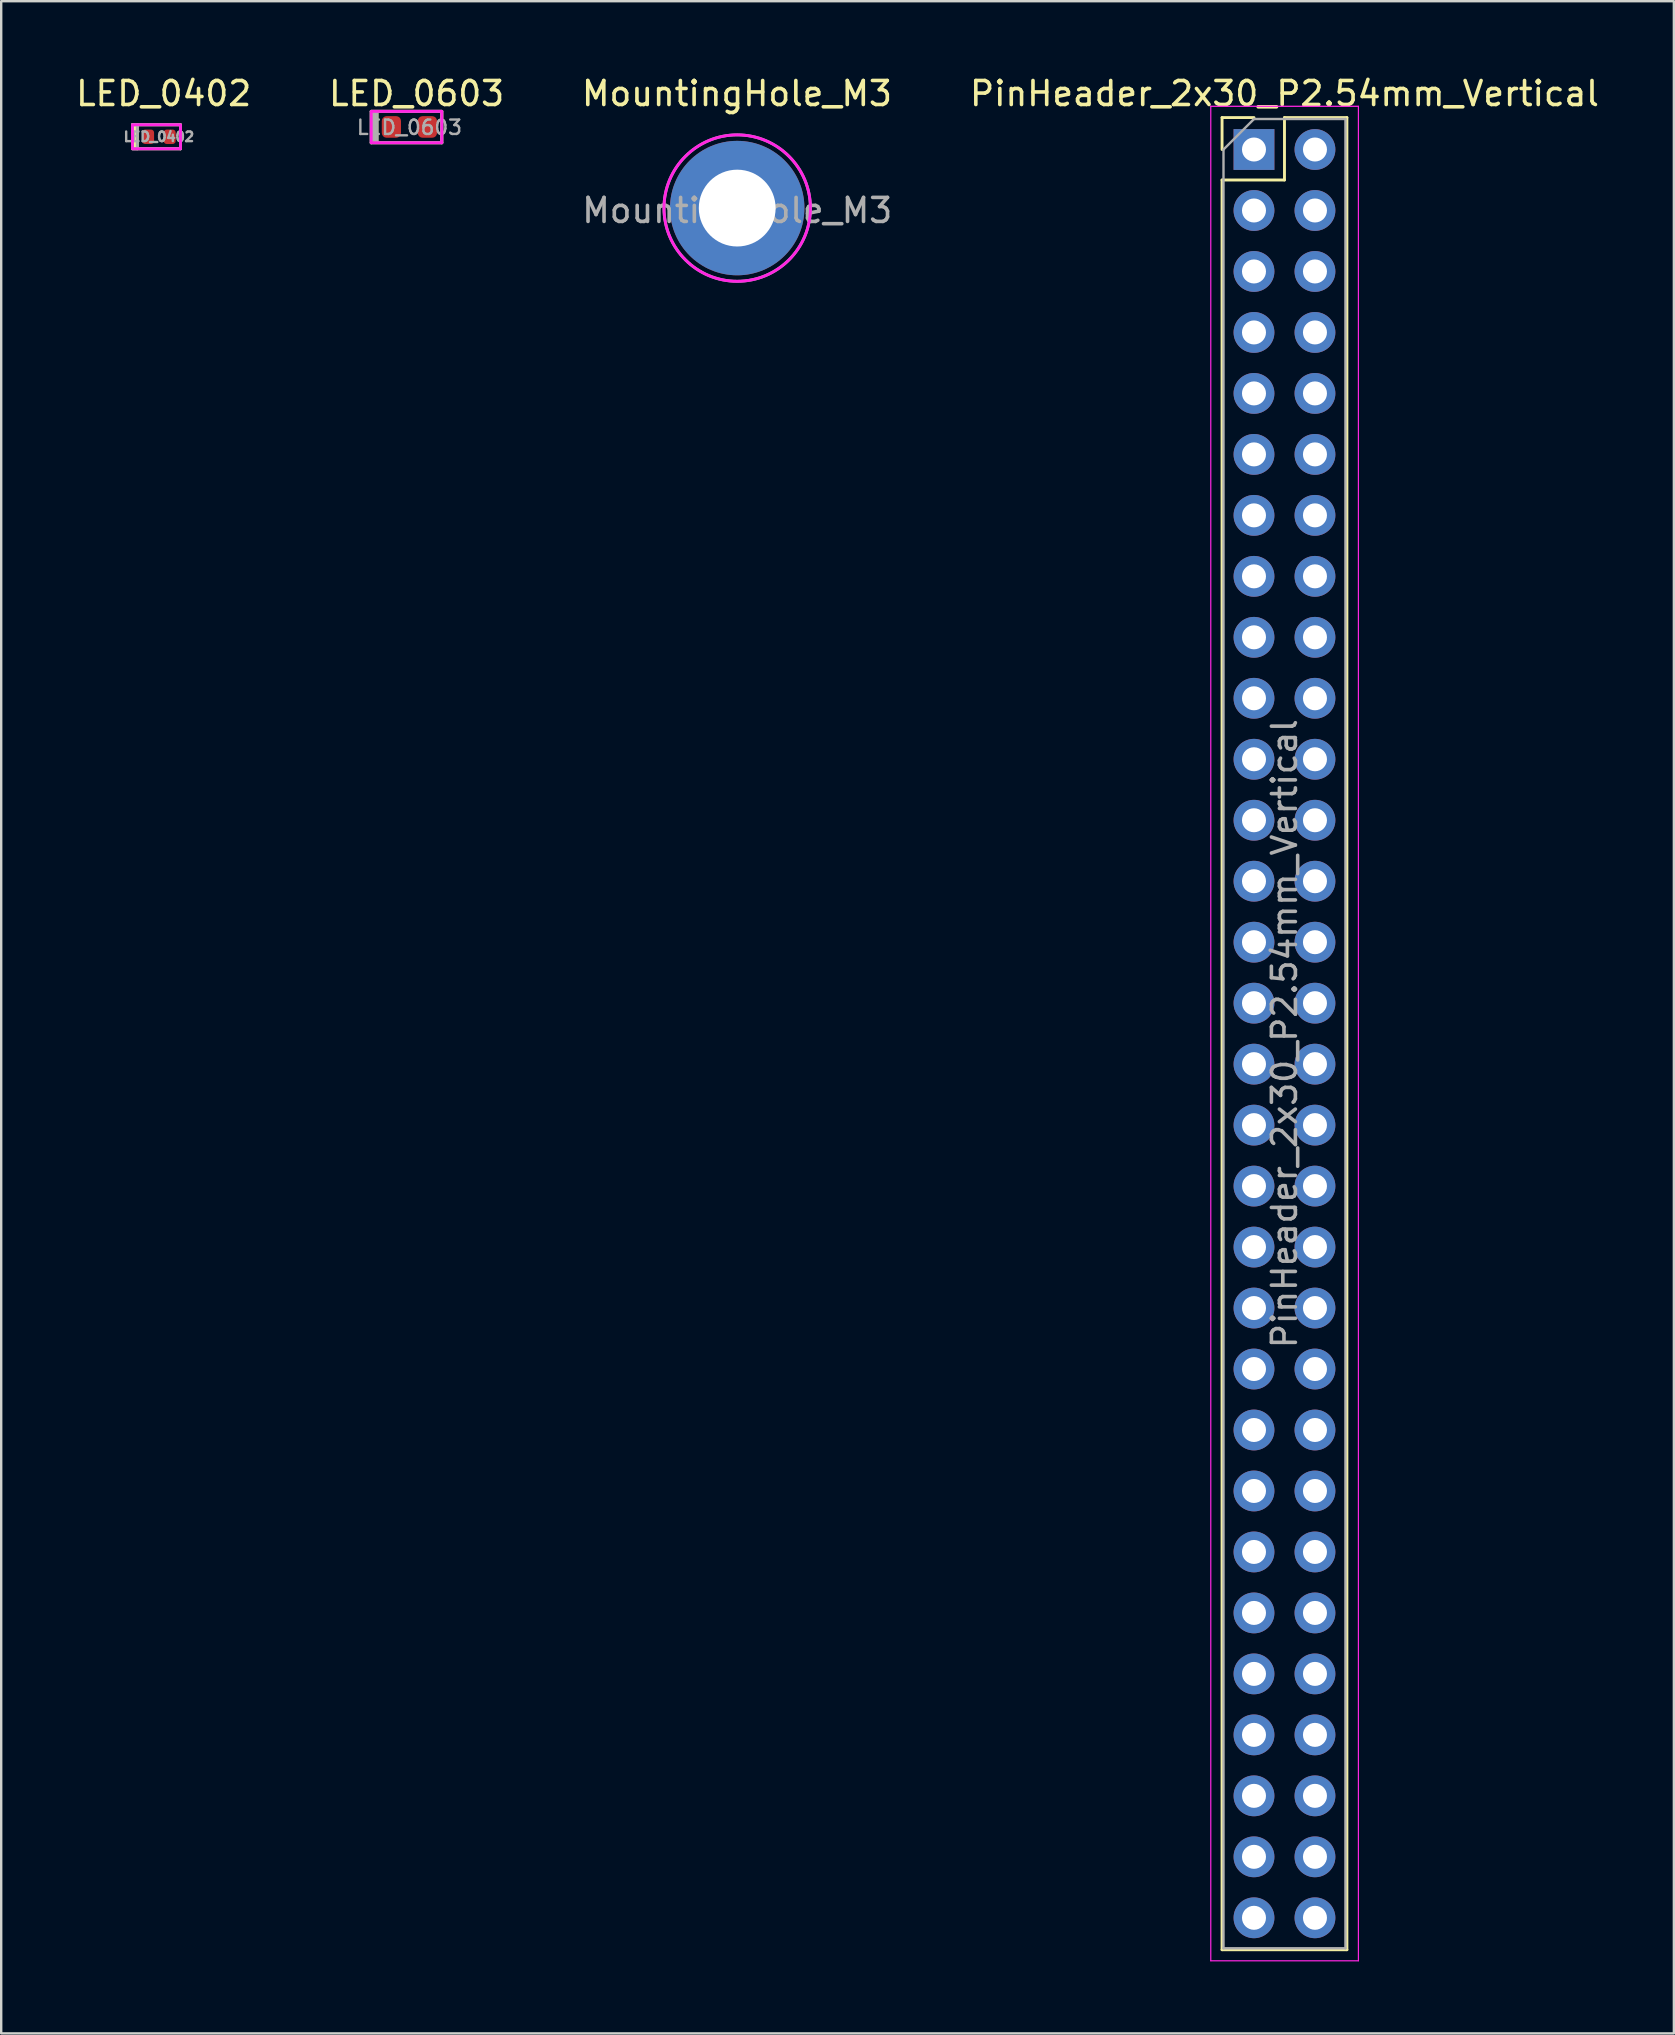
<source format=kicad_pcb>
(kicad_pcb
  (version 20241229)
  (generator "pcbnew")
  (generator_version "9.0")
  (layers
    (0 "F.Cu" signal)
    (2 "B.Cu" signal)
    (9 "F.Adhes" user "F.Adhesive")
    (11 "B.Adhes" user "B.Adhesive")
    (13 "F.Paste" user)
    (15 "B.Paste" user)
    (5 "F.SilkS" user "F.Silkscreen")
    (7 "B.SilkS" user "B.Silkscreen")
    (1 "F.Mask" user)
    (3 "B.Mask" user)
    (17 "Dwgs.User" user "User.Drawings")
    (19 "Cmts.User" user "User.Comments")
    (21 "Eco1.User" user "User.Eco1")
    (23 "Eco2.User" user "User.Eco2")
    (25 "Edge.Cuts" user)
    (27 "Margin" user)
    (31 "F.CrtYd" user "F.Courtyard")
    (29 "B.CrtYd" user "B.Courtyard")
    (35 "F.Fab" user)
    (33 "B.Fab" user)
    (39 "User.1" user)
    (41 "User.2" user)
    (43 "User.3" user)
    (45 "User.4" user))
  (footprint "MountingHole_M3"
    (layer "F.Cu")
    (at 27.659 5.618)
    (property "Reference" "MountingHole_M3" (at -0.01 -4.77 0) (layer "F.SilkS") (effects (font (size 1 1) (thickness 0.15))))
    (attr through_hole)
    (fp_circle (center 0 0) (end 3.05 0) (stroke (width 0.12) (type solid)) (fill no) (layer "F.CrtYd"))
    (fp_circle (center 0 0) (end 3.05 0) (stroke (width 0.12) (type solid)) (fill no) (layer "F.Fab"))
    (fp_text user "${REFERENCE}" (at 0 0.1 0) (layer "F.Fab") (effects (font (size 1 1) (thickness 0.15))))
    (pad "" thru_hole circle (at 0 0) (size 5.6 5.6) (drill 3.2) (layers "*.Cu" "*.Mask")))
  (footprint "LED_0603"
    (layer "F.Cu")
    (at 14.004 2.238)
    (property "Reference" "LED_0603" (at 0.3 -1.39 0) (layer "F.SilkS") (effects (font (size 1 1) (thickness 0.15))))
    (attr through_hole)
    (fp_line (start -1.59 -0.65) (end -1.59 0.66) (stroke (width 0.12) (type solid)) (layer "F.SilkS"))
    (fp_line (start -1.59 -0.65) (end 1.34 -0.65) (stroke (width 0.12) (type solid)) (layer "F.SilkS"))
    (fp_line (start -1.47 -0.58) (end -1.47 0.58) (stroke (width 0.15) (type solid)) (layer "F.SilkS"))
    (fp_line (start -1.35 -0.6) (end -1.35 0.6) (stroke (width 0.12) (type solid)) (layer "F.SilkS"))
    (fp_line (start 1.35 -0.65) (end 1.35 0.66) (stroke (width 0.12) (type solid)) (layer "F.SilkS"))
    (fp_line (start 1.35 0.66) (end -1.59 0.66) (stroke (width 0.12) (type solid)) (layer "F.SilkS"))
    (fp_rect (start 1.35 -0.65) (end -1.59 0.66) (stroke (width 0.12) (type solid)) (fill no) (layer "F.CrtYd"))
    (fp_line (start -1.59 -0.65) (end 1.35 -0.65) (stroke (width 0.12) (type solid)) (layer "F.Fab"))
    (fp_line (start -1.59 0.66) (end -1.59 -0.65) (stroke (width 0.12) (type solid)) (layer "F.Fab"))
    (fp_line (start -1.47 0.6) (end -1.47 -0.6) (stroke (width 0.15) (type solid)) (layer "F.Fab"))
    (fp_line (start -1.35 0.6) (end -1.35 -0.6) (stroke (width 0.12) (type solid)) (layer "F.Fab"))
    (fp_line (start 1.35 -0.65) (end 1.35 0.66) (stroke (width 0.12) (type solid)) (layer "F.Fab"))
    (fp_line (start 1.35 0.66) (end -1.59 0.66) (stroke (width 0.12) (type solid)) (layer "F.Fab"))
    (fp_text user "${REFERENCE}" (at 0 0.02 0) (layer "F.Fab") (effects (font (size 0.6 0.6) (thickness 0.1))))
    (pad "A" smd roundrect (at 0.75 0) (size 0.8 0.9) (layers "F.Cu" "F.Mask" "F.Paste") (roundrect_rratio 0.25))
    (pad "C" smd roundrect (at -0.75 0) (size 0.8 0.9) (layers "F.Cu" "F.Mask" "F.Paste") (roundrect_rratio 0.25)))
  (footprint "LED_0402"
    (layer "F.Cu")
    (at 3.568 2.648)
    (property "Reference" "LED_0402" (at 0.2 -1.8 0) (layer "F.SilkS") (effects (font (size 1 1) (thickness 0.15))))
    (attr through_hole)
    (fp_line (start -0.9 -0.5) (end -1.1 -0.5) (stroke (width 0.12) (type solid)) (layer "F.SilkS"))
    (fp_line (start -0.9 -0.5) (end 0.9 -0.5) (stroke (width 0.12) (type solid)) (layer "F.SilkS"))
    (fp_line (start 0.9 -0.5) (end 0.9 0.5) (stroke (width 0.12) (type solid)) (layer "F.SilkS"))
    (fp_line (start 0.9 0.5) (end -0.9 0.5) (stroke (width 0.12) (type solid)) (layer "F.SilkS"))
    (fp_rect (start -1.1 -0.5) (end -0.9 0.5) (stroke (width 0.12) (type solid)) (fill yes) (layer "F.SilkS"))
    (fp_rect (start 0.9 -0.5) (end -1.1 0.5) (stroke (width 0.12) (type solid)) (fill no) (layer "F.CrtYd"))
    (fp_line (start -1.1 -0.5) (end -0.9 -0.5) (stroke (width 0.12) (type solid)) (layer "F.Fab"))
    (fp_line (start -1.1 -0.5) (end 0.9 -0.5) (stroke (width 0.12) (type solid)) (layer "F.Fab"))
    (fp_line (start 0.9 -0.5) (end 0.9 0.5) (stroke (width 0.12) (type solid)) (layer "F.Fab"))
    (fp_line (start 0.9 0.5) (end -1.1 0.5) (stroke (width 0.12) (type solid)) (layer "F.Fab"))
    (fp_rect (start -1.1 -0.5) (end -0.9 0.5) (stroke (width 0.12) (type solid)) (fill no) (layer "F.Fab"))
    (fp_text user "${REFERENCE}" (at 0 0 0) (layer "F.Fab") (effects (font (size 0.4 0.4) (thickness 0.1))))
    (pad "A" smd roundrect (at 0.45 0) (size 0.5 0.6) (layers "F.Cu" "F.Mask" "F.Paste") (roundrect_rratio 0.25))
    (pad "C" smd roundrect (at -0.45 0) (size 0.5 0.6) (layers "F.Cu" "F.Mask" "F.Paste") (roundrect_rratio 0.25)))
  (footprint "PinHeader_2x30_P2.54mm_Vertical"
    (layer "F.Cu")
    (at 49.186 3.178)
    (property "Reference" "PinHeader_2x30_P2.54mm_Vertical" (at 1.27 -2.33 0) (layer "F.SilkS") (effects (font (size 1 1) (thickness 0.15))))
    (attr through_hole)
    (fp_line (start -1.33 -1.33) (end 0 -1.33) (stroke (width 0.12) (type solid)) (layer "F.SilkS"))
    (fp_line (start -1.33 0) (end -1.33 -1.33) (stroke (width 0.12) (type solid)) (layer "F.SilkS"))
    (fp_line (start -1.33 1.27) (end -1.33 74.99) (stroke (width 0.12) (type solid)) (layer "F.SilkS"))
    (fp_line (start -1.33 1.27) (end 1.27 1.27) (stroke (width 0.12) (type solid)) (layer "F.SilkS"))
    (fp_line (start -1.33 74.99) (end 3.87 74.99) (stroke (width 0.12) (type solid)) (layer "F.SilkS"))
    (fp_line (start 1.27 -1.33) (end 3.87 -1.33) (stroke (width 0.12) (type solid)) (layer "F.SilkS"))
    (fp_line (start 1.27 1.27) (end 1.27 -1.33) (stroke (width 0.12) (type solid)) (layer "F.SilkS"))
    (fp_line (start 3.87 -1.33) (end 3.87 74.99) (stroke (width 0.12) (type solid)) (layer "F.SilkS"))
    (fp_line (start -1.8 -1.8) (end -1.8 75.45) (stroke (width 0.05) (type solid)) (layer "F.CrtYd"))
    (fp_line (start -1.8 75.45) (end 4.35 75.45) (stroke (width 0.05) (type solid)) (layer "F.CrtYd"))
    (fp_line (start 4.35 -1.8) (end -1.8 -1.8) (stroke (width 0.05) (type solid)) (layer "F.CrtYd"))
    (fp_line (start 4.35 75.45) (end 4.35 -1.8) (stroke (width 0.05) (type solid)) (layer "F.CrtYd"))
    (fp_line (start -1.27 0) (end 0 -1.27) (stroke (width 0.1) (type solid)) (layer "F.Fab"))
    (fp_line (start -1.27 74.93) (end -1.27 0) (stroke (width 0.1) (type solid)) (layer "F.Fab"))
    (fp_line (start 0 -1.27) (end 3.81 -1.27) (stroke (width 0.1) (type solid)) (layer "F.Fab"))
    (fp_line (start 3.81 -1.27) (end 3.81 74.93) (stroke (width 0.1) (type solid)) (layer "F.Fab"))
    (fp_line (start 3.81 74.93) (end -1.27 74.93) (stroke (width 0.1) (type solid)) (layer "F.Fab"))
    (fp_text user "${REFERENCE}" (at 1.27 36.83 90) (layer "F.Fab") (effects (font (size 1 1) (thickness 0.15))))
    (pad "1a" thru_hole rect (at 0 0) (size 1.7 1.7) (drill 1) (layers "*.Cu" "*.Mask"))
    (pad "1b" thru_hole oval (at 2.54 0) (size 1.7 1.7) (drill 1) (layers "*.Cu" "*.Mask"))
    (pad "2a" thru_hole oval (at 0 2.54) (size 1.7 1.7) (drill 1) (layers "*.Cu" "*.Mask"))
    (pad "2b" thru_hole oval (at 2.54 2.54) (size 1.7 1.7) (drill 1) (layers "*.Cu" "*.Mask"))
    (pad "3a" thru_hole oval (at 0 5.08) (size 1.7 1.7) (drill 1) (layers "*.Cu" "*.Mask"))
    (pad "3b" thru_hole oval (at 2.54 5.08) (size 1.7 1.7) (drill 1) (layers "*.Cu" "*.Mask"))
    (pad "4a" thru_hole oval (at 0 7.62) (size 1.7 1.7) (drill 1) (layers "*.Cu" "*.Mask"))
    (pad "4b" thru_hole oval (at 2.54 7.62) (size 1.7 1.7) (drill 1) (layers "*.Cu" "*.Mask"))
    (pad "5a" thru_hole oval (at 0 10.16) (size 1.7 1.7) (drill 1) (layers "*.Cu" "*.Mask"))
    (pad "5b" thru_hole oval (at 2.54 10.16) (size 1.7 1.7) (drill 1) (layers "*.Cu" "*.Mask"))
    (pad "6a" thru_hole oval (at 0 12.7) (size 1.7 1.7) (drill 1) (layers "*.Cu" "*.Mask"))
    (pad "6b" thru_hole oval (at 2.54 12.7) (size 1.7 1.7) (drill 1) (layers "*.Cu" "*.Mask"))
    (pad "7a" thru_hole oval (at 0 15.24) (size 1.7 1.7) (drill 1) (layers "*.Cu" "*.Mask"))
    (pad "7b" thru_hole oval (at 2.54 15.24) (size 1.7 1.7) (drill 1) (layers "*.Cu" "*.Mask"))
    (pad "8a" thru_hole oval (at 0 17.78) (size 1.7 1.7) (drill 1) (layers "*.Cu" "*.Mask"))
    (pad "8b" thru_hole oval (at 2.54 17.78) (size 1.7 1.7) (drill 1) (layers "*.Cu" "*.Mask"))
    (pad "9a" thru_hole oval (at 0 20.32) (size 1.7 1.7) (drill 1) (layers "*.Cu" "*.Mask"))
    (pad "9b" thru_hole oval (at 2.54 20.32) (size 1.7 1.7) (drill 1) (layers "*.Cu" "*.Mask"))
    (pad "10a" thru_hole oval (at 0 22.86) (size 1.7 1.7) (drill 1) (layers "*.Cu" "*.Mask"))
    (pad "10b" thru_hole oval (at 2.54 22.86) (size 1.7 1.7) (drill 1) (layers "*.Cu" "*.Mask"))
    (pad "11a" thru_hole oval (at 0 25.4) (size 1.7 1.7) (drill 1) (layers "*.Cu" "*.Mask"))
    (pad "11b" thru_hole oval (at 2.54 25.4) (size 1.7 1.7) (drill 1) (layers "*.Cu" "*.Mask"))
    (pad "12a" thru_hole oval (at 0 27.94) (size 1.7 1.7) (drill 1) (layers "*.Cu" "*.Mask"))
    (pad "12b" thru_hole oval (at 2.54 27.94) (size 1.7 1.7) (drill 1) (layers "*.Cu" "*.Mask"))
    (pad "13a" thru_hole oval (at 0 30.48) (size 1.7 1.7) (drill 1) (layers "*.Cu" "*.Mask"))
    (pad "13b" thru_hole oval (at 2.54 30.48) (size 1.7 1.7) (drill 1) (layers "*.Cu" "*.Mask"))
    (pad "14a" thru_hole oval (at 0 33.02) (size 1.7 1.7) (drill 1) (layers "*.Cu" "*.Mask"))
    (pad "14b" thru_hole oval (at 2.54 33.02) (size 1.7 1.7) (drill 1) (layers "*.Cu" "*.Mask"))
    (pad "15a" thru_hole oval (at 0 35.56) (size 1.7 1.7) (drill 1) (layers "*.Cu" "*.Mask"))
    (pad "15b" thru_hole oval (at 2.54 35.56) (size 1.7 1.7) (drill 1) (layers "*.Cu" "*.Mask"))
    (pad "16a" thru_hole oval (at 0 38.1) (size 1.7 1.7) (drill 1) (layers "*.Cu" "*.Mask"))
    (pad "16b" thru_hole oval (at 2.54 38.1) (size 1.7 1.7) (drill 1) (layers "*.Cu" "*.Mask"))
    (pad "17a" thru_hole oval (at 0 40.64) (size 1.7 1.7) (drill 1) (layers "*.Cu" "*.Mask"))
    (pad "17b" thru_hole oval (at 2.54 40.64) (size 1.7 1.7) (drill 1) (layers "*.Cu" "*.Mask"))
    (pad "18a" thru_hole oval (at 0 43.18) (size 1.7 1.7) (drill 1) (layers "*.Cu" "*.Mask"))
    (pad "18b" thru_hole oval (at 2.54 43.18) (size 1.7 1.7) (drill 1) (layers "*.Cu" "*.Mask"))
    (pad "19a" thru_hole oval (at 0 45.72) (size 1.7 1.7) (drill 1) (layers "*.Cu" "*.Mask"))
    (pad "19b" thru_hole oval (at 2.54 45.72) (size 1.7 1.7) (drill 1) (layers "*.Cu" "*.Mask"))
    (pad "20a" thru_hole oval (at 0 48.26) (size 1.7 1.7) (drill 1) (layers "*.Cu" "*.Mask"))
    (pad "20b" thru_hole oval (at 2.54 48.26) (size 1.7 1.7) (drill 1) (layers "*.Cu" "*.Mask"))
    (pad "21a" thru_hole oval (at 0 50.8) (size 1.7 1.7) (drill 1) (layers "*.Cu" "*.Mask"))
    (pad "21b" thru_hole oval (at 2.54 50.8) (size 1.7 1.7) (drill 1) (layers "*.Cu" "*.Mask"))
    (pad "22a" thru_hole oval (at 0 53.34) (size 1.7 1.7) (drill 1) (layers "*.Cu" "*.Mask"))
    (pad "22b" thru_hole oval (at 2.54 53.34) (size 1.7 1.7) (drill 1) (layers "*.Cu" "*.Mask"))
    (pad "23a" thru_hole oval (at 0 55.88) (size 1.7 1.7) (drill 1) (layers "*.Cu" "*.Mask"))
    (pad "23b" thru_hole oval (at 2.54 55.88) (size 1.7 1.7) (drill 1) (layers "*.Cu" "*.Mask"))
    (pad "24a" thru_hole oval (at 0 58.42) (size 1.7 1.7) (drill 1) (layers "*.Cu" "*.Mask"))
    (pad "24b" thru_hole oval (at 2.54 58.42) (size 1.7 1.7) (drill 1) (layers "*.Cu" "*.Mask"))
    (pad "25a" thru_hole oval (at 0 60.96) (size 1.7 1.7) (drill 1) (layers "*.Cu" "*.Mask"))
    (pad "25b" thru_hole oval (at 2.54 60.96) (size 1.7 1.7) (drill 1) (layers "*.Cu" "*.Mask"))
    (pad "26a" thru_hole oval (at 0 63.5) (size 1.7 1.7) (drill 1) (layers "*.Cu" "*.Mask"))
    (pad "26b" thru_hole oval (at 2.54 63.5) (size 1.7 1.7) (drill 1) (layers "*.Cu" "*.Mask"))
    (pad "27a" thru_hole oval (at 0 66.04) (size 1.7 1.7) (drill 1) (layers "*.Cu" "*.Mask"))
    (pad "27b" thru_hole oval (at 2.54 66.04) (size 1.7 1.7) (drill 1) (layers "*.Cu" "*.Mask"))
    (pad "28a" thru_hole oval (at 0 68.58) (size 1.7 1.7) (drill 1) (layers "*.Cu" "*.Mask"))
    (pad "28b" thru_hole oval (at 2.54 68.58) (size 1.7 1.7) (drill 1) (layers "*.Cu" "*.Mask"))
    (pad "29a" thru_hole oval (at 0 71.12) (size 1.7 1.7) (drill 1) (layers "*.Cu" "*.Mask"))
    (pad "29b" thru_hole oval (at 2.54 71.12) (size 1.7 1.7) (drill 1) (layers "*.Cu" "*.Mask"))
    (pad "30a" thru_hole oval (at 0 73.66) (size 1.7 1.7) (drill 1) (layers "*.Cu" "*.Mask"))
    (pad "30b" thru_hole oval (at 2.54 73.66) (size 1.7 1.7) (drill 1) (layers "*.Cu" "*.Mask")))
  (gr_rect
    (start -3 -3)
    (end 66.677 81.653)
    (stroke (width 0.1) (type default))
    (fill no)
    (layer "Edge.Cuts")))
</source>
